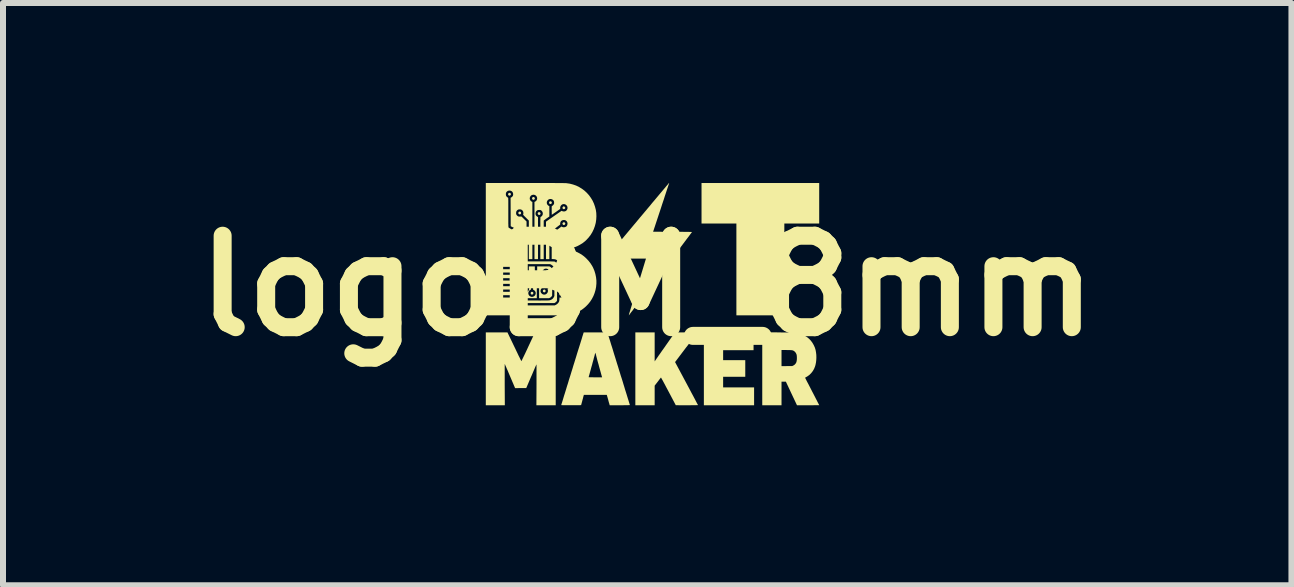
<source format=kicad_pcb>
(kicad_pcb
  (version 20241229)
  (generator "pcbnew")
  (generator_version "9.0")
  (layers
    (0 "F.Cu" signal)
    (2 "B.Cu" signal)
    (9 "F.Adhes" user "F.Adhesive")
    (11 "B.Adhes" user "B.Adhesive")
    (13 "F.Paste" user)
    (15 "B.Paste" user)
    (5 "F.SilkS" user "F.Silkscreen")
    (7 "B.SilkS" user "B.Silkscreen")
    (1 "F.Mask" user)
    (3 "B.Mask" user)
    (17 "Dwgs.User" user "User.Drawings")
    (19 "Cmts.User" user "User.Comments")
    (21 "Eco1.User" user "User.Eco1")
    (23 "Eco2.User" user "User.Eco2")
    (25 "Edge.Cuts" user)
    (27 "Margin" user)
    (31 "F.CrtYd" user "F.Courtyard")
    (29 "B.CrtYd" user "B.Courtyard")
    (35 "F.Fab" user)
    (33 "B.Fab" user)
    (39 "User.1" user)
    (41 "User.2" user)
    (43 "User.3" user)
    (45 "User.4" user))
  (footprint "logoBM_8mm"
    (layer "F.Cu")
    (at 7.736 1.713)
    (property "Reference" "logoBM_8mm" (at 0 0 0) (layer "F.SilkS") (effects (font (size 1.524 1.524) (thickness 0.3))))
    (attr board_only exclude_from_pos_files exclude_from_bom)
    (fp_poly (pts (xy 2.866 -1.038) (xy 2.285 -1.038) (xy 2.285 0.492) (xy 1.486 0.492) (xy 1.486 -1.038) (xy 0.905 -1.038) (xy 0.905 -1.713) (xy 2.866 -1.713)) (stroke (width 0) (type solid)) (fill yes) (layer "F.SilkS"))
    (fp_poly (pts (xy 1.772 1.073) (xy 1.265 1.073) (xy 1.265 1.239) (xy 1.634 1.239) (xy 1.634 1.516) (xy 1.265 1.516) (xy 1.265 1.693) (xy 1.781 1.693) (xy 1.781 1.991) (xy 0.944 1.991) (xy 0.944 0.776) (xy 1.772 0.776)) (stroke (width 0) (type solid)) (fill yes) (layer "F.SilkS"))
    (fp_poly (pts (xy -1.724 -0.119) (xy -1.716 -0.112) (xy -1.712 -0.103) (xy -1.712 -0.093) (xy -1.717 -0.083) (xy -1.726 -0.077) (xy -1.736 -0.075) (xy -1.746 -0.078) (xy -1.753 -0.084) (xy -1.757 -0.091) (xy -1.759 -0.101) (xy -1.755 -0.111) (xy -1.747 -0.119) (xy -1.743 -0.121) (xy -1.733 -0.122)) (stroke (width 0) (type solid)) (fill yes) (layer "F.SilkS"))
    (fp_poly (pts (xy -1.703 0.065) (xy -1.699 0.07) (xy -1.694 0.08) (xy -1.694 0.09) (xy -1.697 0.099) (xy -1.703 0.105) (xy -1.712 0.109) (xy -1.722 0.108) (xy -1.727 0.106) (xy -1.736 0.098) (xy -1.74 0.088) (xy -1.738 0.078) (xy -1.733 0.069) (xy -1.723 0.063) (xy -1.713 0.062)) (stroke (width 0) (type solid)) (fill yes) (layer "F.SilkS"))
    (fp_poly (pts (xy -1.676 -0.245) (xy -1.67 -0.24) (xy -1.664 -0.231) (xy -1.664 -0.221) (xy -1.668 -0.211) (xy -1.677 -0.204) (xy -1.686 -0.201) (xy -1.694 -0.202) (xy -1.697 -0.204) (xy -1.706 -0.212) (xy -1.71 -0.222) (xy -1.709 -0.232) (xy -1.704 -0.24) (xy -1.696 -0.246) (xy -1.686 -0.248)) (stroke (width 0) (type solid)) (fill yes) (layer "F.SilkS"))
    (fp_poly (pts (xy -2.281 -1.545) (xy -2.275 -1.538) (xy -2.272 -1.528) (xy -2.273 -1.519) (xy -2.278 -1.511) (xy -2.286 -1.505) (xy -2.295 -1.502) (xy -2.305 -1.505) (xy -2.306 -1.505) (xy -2.315 -1.513) (xy -2.319 -1.523) (xy -2.317 -1.534) (xy -2.317 -1.535) (xy -2.31 -1.544) (xy -2.301 -1.549) (xy -2.291 -1.549)) (stroke (width 0) (type solid)) (fill yes) (layer "F.SilkS"))
    (fp_poly (pts (xy -2.111 -1.233) (xy -2.105 -1.226) (xy -2.102 -1.215) (xy -2.101 -1.213) (xy -2.104 -1.202) (xy -2.111 -1.195) (xy -2.12 -1.19) (xy -2.13 -1.191) (xy -2.135 -1.193) (xy -2.144 -1.2) (xy -2.148 -1.21) (xy -2.147 -1.221) (xy -2.146 -1.223) (xy -2.139 -1.232) (xy -2.129 -1.237) (xy -2.12 -1.237)) (stroke (width 0) (type solid)) (fill yes) (layer "F.SilkS"))
    (fp_poly (pts (xy -1.906 0.104) (xy -1.903 0.107) (xy -1.897 0.117) (xy -1.897 0.127) (xy -1.903 0.137) (xy -1.905 0.139) (xy -1.914 0.146) (xy -1.922 0.147) (xy -1.93 0.144) (xy -1.939 0.136) (xy -1.943 0.126) (xy -1.942 0.116) (xy -1.937 0.107) (xy -1.936 0.106) (xy -1.926 0.1) (xy -1.916 0.1)) (stroke (width 0) (type solid)) (fill yes) (layer "F.SilkS"))
    (fp_poly (pts (xy -1.886 -1.478) (xy -1.878 -1.471) (xy -1.873 -1.461) (xy -1.873 -1.457) (xy -1.875 -1.447) (xy -1.882 -1.438) (xy -1.892 -1.434) (xy -1.896 -1.433) (xy -1.907 -1.436) (xy -1.913 -1.44) (xy -1.918 -1.45) (xy -1.919 -1.46) (xy -1.916 -1.469) (xy -1.909 -1.476) (xy -1.899 -1.48) (xy -1.896 -1.48)) (stroke (width 0) (type solid)) (fill yes) (layer "F.SilkS"))
    (fp_poly (pts (xy -1.382 -1.322) (xy -1.374 -1.315) (xy -1.368 -1.307) (xy -1.365 -1.299) (xy -1.368 -1.29) (xy -1.375 -1.282) (xy -1.384 -1.278) (xy -1.394 -1.277) (xy -1.403 -1.281) (xy -1.406 -1.284) (xy -1.411 -1.293) (xy -1.412 -1.303) (xy -1.409 -1.312) (xy -1.402 -1.32) (xy -1.393 -1.324) (xy -1.39 -1.324)) (stroke (width 0) (type solid)) (fill yes) (layer "F.SilkS"))
    (fp_poly (pts (xy -1.375 -1.055) (xy -1.372 -1.052) (xy -1.366 -1.042) (xy -1.366 -1.032) (xy -1.372 -1.022) (xy -1.374 -1.02) (xy -1.383 -1.013) (xy -1.391 -1.012) (xy -1.399 -1.015) (xy -1.408 -1.023) (xy -1.412 -1.032) (xy -1.412 -1.043) (xy -1.406 -1.052) (xy -1.405 -1.053) (xy -1.395 -1.059) (xy -1.385 -1.059)) (stroke (width 0) (type solid)) (fill yes) (layer "F.SilkS"))
    (fp_poly (pts (xy -1.605 -1.408) (xy -1.597 -1.403) (xy -1.591 -1.395) (xy -1.59 -1.386) (xy -1.591 -1.377) (xy -1.595 -1.37) (xy -1.597 -1.369) (xy -1.608 -1.364) (xy -1.619 -1.363) (xy -1.624 -1.364) (xy -1.629 -1.369) (xy -1.633 -1.377) (xy -1.636 -1.385) (xy -1.635 -1.391) (xy -1.631 -1.401) (xy -1.623 -1.407) (xy -1.614 -1.409)) (stroke (width 0) (type solid)) (fill yes) (layer "F.SilkS"))
    (fp_poly (pts (xy -2.023 0.022) (xy -2.016 0.027) (xy -2.014 0.028) (xy -2.007 0.037) (xy -2.006 0.047) (xy -2.01 0.057) (xy -2.012 0.06) (xy -2.022 0.068) (xy -2.032 0.069) (xy -2.037 0.068) (xy -2.045 0.062) (xy -2.051 0.053) (xy -2.052 0.043) (xy -2.05 0.034) (xy -2.049 0.032) (xy -2.042 0.026) (xy -2.034 0.022) (xy -2.028 0.021)) (stroke (width 0) (type solid)) (fill yes) (layer "F.SilkS"))
    (fp_poly (pts (xy -1.907 -0.18) (xy -1.898 -0.173) (xy -1.894 -0.164) (xy -1.893 -0.154) (xy -1.897 -0.145) (xy -1.905 -0.137) (xy -1.905 -0.137) (xy -1.912 -0.134) (xy -1.917 -0.133) (xy -1.924 -0.135) (xy -1.925 -0.136) (xy -1.931 -0.14) (xy -1.936 -0.145) (xy -1.94 -0.155) (xy -1.939 -0.165) (xy -1.934 -0.173) (xy -1.926 -0.179) (xy -1.917 -0.181)) (stroke (width 0) (type solid)) (fill yes) (layer "F.SilkS"))
    (fp_poly (pts (xy -1.792 -1.226) (xy -1.783 -1.22) (xy -1.779 -1.211) (xy -1.778 -1.201) (xy -1.782 -1.191) (xy -1.79 -1.184) (xy -1.79 -1.184) (xy -1.797 -1.181) (xy -1.802 -1.18) (xy -1.809 -1.182) (xy -1.81 -1.183) (xy -1.816 -1.187) (xy -1.821 -1.192) (xy -1.825 -1.202) (xy -1.824 -1.212) (xy -1.819 -1.22) (xy -1.811 -1.226) (xy -1.802 -1.228)) (stroke (width 0) (type solid)) (fill yes) (layer "F.SilkS"))
    (fp_poly (pts (xy -1.525 1.991) (xy -1.847 1.991) (xy -1.845 1.646) (xy -1.845 1.593) (xy -1.845 1.545) (xy -1.845 1.502) (xy -1.845 1.465) (xy -1.845 1.432) (xy -1.845 1.404) (xy -1.845 1.38) (xy -1.845 1.36) (xy -1.845 1.344) (xy -1.845 1.332) (xy -1.846 1.322) (xy -1.846 1.316) (xy -1.847 1.312) (xy -1.847 1.31) (xy -1.848 1.311) (xy -1.849 1.315) (xy -1.853 1.324) (xy -1.859 1.338) (xy -1.867 1.355) (xy -1.876 1.377) (xy -1.886 1.401) (xy -1.898 1.428) (xy -1.91 1.457) (xy -1.923 1.488) (xy -1.934 1.512) (xy -2.016 1.704) (xy -2.202 1.705) (xy -2.287 1.505) (xy -2.301 1.472) (xy -2.314 1.441) (xy -2.326 1.412) (xy -2.338 1.386) (xy -2.348 1.362) (xy -2.357 1.342) (xy -2.364 1.326) (xy -2.369 1.313) (xy -2.373 1.305) (xy -2.374 1.303) (xy -2.374 1.305) (xy -2.375 1.313) (xy -2.375 1.326) (xy -2.375 1.345) (xy -2.375 1.367) (xy -2.375 1.394) (xy -2.375 1.424) (xy -2.375 1.458) (xy -2.375 1.495) (xy -2.375 1.534) (xy -2.375 1.576) (xy -2.375 1.619) (xy -2.375 1.645) (xy -2.373 1.991) (xy -2.69 1.991) (xy -2.69 0.776) (xy -2.509 0.776) (xy -2.329 0.777) (xy -2.214 1.016) (xy -2.197 1.051) (xy -2.181 1.085) (xy -2.166 1.116) (xy -2.152 1.146) (xy -2.139 1.173) (xy -2.127 1.196) (xy -2.117 1.217) (xy -2.109 1.233) (xy -2.103 1.245) (xy -2.099 1.253) (xy -2.097 1.256) (xy -2.096 1.253) (xy -2.092 1.246) (xy -2.086 1.234) (xy -2.078 1.217) (xy -2.068 1.197) (xy -2.057 1.174) (xy -2.044 1.147) (xy -2.03 1.118) (xy -2.015 1.086) (xy -1.999 1.052) (xy -1.983 1.017) (xy -1.983 1.017) (xy -1.871 0.777) (xy -1.698 0.776) (xy -1.525 0.776)) (stroke (width 0) (type solid)) (fill yes) (layer "F.SilkS"))
    (fp_poly (pts (xy 0.124 1.26) (xy 0.152 1.219) (xy 0.158 1.21) (xy 0.167 1.197) (xy 0.179 1.18) (xy 0.193 1.159) (xy 0.21 1.136) (xy 0.228 1.11) (xy 0.248 1.081) (xy 0.269 1.052) (xy 0.291 1.021) (xy 0.313 0.989) (xy 0.321 0.978) (xy 0.462 0.777) (xy 0.65 0.776) (xy 0.682 0.776) (xy 0.713 0.776) (xy 0.742 0.776) (xy 0.768 0.776) (xy 0.79 0.776) (xy 0.809 0.777) (xy 0.823 0.777) (xy 0.833 0.777) (xy 0.837 0.778) (xy 0.837 0.778) (xy 0.836 0.78) (xy 0.831 0.787) (xy 0.822 0.798) (xy 0.811 0.813) (xy 0.798 0.831) (xy 0.781 0.853) (xy 0.763 0.877) (xy 0.743 0.904) (xy 0.721 0.933) (xy 0.697 0.964) (xy 0.673 0.996) (xy 0.65 1.025) (xy 0.464 1.271) (xy 0.655 1.628) (xy 0.678 1.671) (xy 0.7 1.712) (xy 0.721 1.752) (xy 0.741 1.79) (xy 0.76 1.825) (xy 0.777 1.857) (xy 0.793 1.887) (xy 0.807 1.914) (xy 0.819 1.937) (xy 0.829 1.956) (xy 0.837 1.971) (xy 0.843 1.981) (xy 0.846 1.987) (xy 0.846 1.988) (xy 0.843 1.989) (xy 0.835 1.989) (xy 0.822 1.989) (xy 0.804 1.99) (xy 0.783 1.99) (xy 0.758 1.99) (xy 0.73 1.99) (xy 0.7 1.991) (xy 0.668 1.991) (xy 0.661 1.991) (xy 0.476 1.99) (xy 0.354 1.759) (xy 0.336 1.725) (xy 0.318 1.692) (xy 0.302 1.661) (xy 0.287 1.633) (xy 0.273 1.607) (xy 0.261 1.584) (xy 0.25 1.565) (xy 0.241 1.549) (xy 0.235 1.538) (xy 0.231 1.531) (xy 0.229 1.528) (xy 0.227 1.531) (xy 0.222 1.537) (xy 0.214 1.547) (xy 0.204 1.56) (xy 0.192 1.576) (xy 0.179 1.593) (xy 0.176 1.597) (xy 0.124 1.664) (xy 0.124 1.991) (xy -0.198 1.991) (xy -0.198 0.776) (xy 0.124 0.776)) (stroke (width 0) (type solid)) (fill yes) (layer "F.SilkS"))
    (fp_poly (pts (xy 0.366 -1.713) (xy 0.365 -1.71) (xy 0.362 -1.702) (xy 0.358 -1.689) (xy 0.352 -1.671) (xy 0.345 -1.649) (xy 0.336 -1.623) (xy 0.326 -1.593) (xy 0.315 -1.559) (xy 0.303 -1.523) (xy 0.29 -1.484) (xy 0.277 -1.442) (xy 0.262 -1.398) (xy 0.247 -1.353) (xy 0.232 -1.306) (xy 0.098 -0.901) (xy 0.422 -0.9) (xy 0.481 -0.9) (xy 0.533 -0.9) (xy 0.58 -0.9) (xy 0.62 -0.899) (xy 0.655 -0.899) (xy 0.685 -0.899) (xy 0.708 -0.898) (xy 0.726 -0.898) (xy 0.738 -0.897) (xy 0.745 -0.897) (xy 0.746 -0.896) (xy 0.744 -0.894) (xy 0.739 -0.887) (xy 0.731 -0.876) (xy 0.719 -0.86) (xy 0.705 -0.841) (xy 0.688 -0.818) (xy 0.668 -0.792) (xy 0.646 -0.763) (xy 0.622 -0.731) (xy 0.596 -0.696) (xy 0.568 -0.659) (xy 0.538 -0.62) (xy 0.507 -0.578) (xy 0.474 -0.535) (xy 0.44 -0.49) (xy 0.405 -0.444) (xy 0.369 -0.397) (xy 0.333 -0.349) (xy 0.296 -0.3) (xy 0.258 -0.251) (xy 0.221 -0.201) (xy 0.183 -0.152) (xy 0.146 -0.103) (xy 0.109 -0.054) (xy 0.073 -0.006) (xy 0.037 0.042) (xy 0.002 0.088) (xy -0.032 0.132) (xy -0.065 0.176) (xy -0.096 0.217) (xy -0.126 0.256) (xy -0.155 0.293) (xy -0.181 0.328) (xy -0.205 0.36) (xy -0.228 0.389) (xy -0.247 0.415) (xy -0.265 0.437) (xy -0.279 0.456) (xy -0.291 0.472) (xy -0.299 0.483) (xy -0.305 0.49) (xy -0.307 0.492) (xy -0.307 0.49) (xy -0.305 0.483) (xy -0.303 0.472) (xy -0.299 0.46) (xy -0.299 0.459) (xy -0.297 0.453) (xy -0.294 0.441) (xy -0.288 0.424) (xy -0.282 0.403) (xy -0.274 0.377) (xy -0.265 0.347) (xy -0.255 0.314) (xy -0.244 0.277) (xy -0.231 0.237) (xy -0.219 0.195) (xy -0.205 0.15) (xy -0.191 0.104) (xy -0.176 0.055) (xy -0.161 0.006) (xy -0.155 -0.013) (xy -0.021 -0.453) (xy -0.356 -0.454) (xy -0.69 -0.456) (xy -0.165 -1.084) (xy -0.121 -1.137) (xy -0.077 -1.189) (xy -0.035 -1.239) (xy 0.006 -1.288) (xy 0.046 -1.335) (xy 0.083 -1.381) (xy 0.12 -1.424) (xy 0.154 -1.465) (xy 0.186 -1.503) (xy 0.216 -1.539) (xy 0.244 -1.572) (xy 0.269 -1.602) (xy 0.292 -1.629) (xy 0.311 -1.652) (xy 0.328 -1.672) (xy 0.342 -1.688) (xy 0.352 -1.701) (xy 0.359 -1.709) (xy 0.363 -1.713) (xy 0.363 -1.713) (xy 0.366 -1.713)) (stroke (width 0) (type solid)) (fill yes) (layer "F.SilkS"))
    (fp_poly (pts (xy 2.184 0.776) (xy 2.23 0.777) (xy 2.271 0.777) (xy 2.306 0.777) (xy 2.337 0.777) (xy 2.363 0.777) (xy 2.386 0.778) (xy 2.405 0.778) (xy 2.421 0.778) (xy 2.434 0.779) (xy 2.445 0.779) (xy 2.454 0.78) (xy 2.462 0.78) (xy 2.468 0.781) (xy 2.474 0.782) (xy 2.48 0.783) (xy 2.485 0.784) (xy 2.535 0.796) (xy 2.582 0.812) (xy 2.624 0.831) (xy 2.658 0.852) (xy 2.694 0.88) (xy 2.725 0.912) (xy 2.752 0.948) (xy 2.775 0.988) (xy 2.794 1.03) (xy 2.806 1.07) (xy 2.813 1.11) (xy 2.818 1.152) (xy 2.819 1.195) (xy 2.817 1.238) (xy 2.812 1.28) (xy 2.804 1.319) (xy 2.797 1.343) (xy 2.781 1.383) (xy 2.76 1.42) (xy 2.734 1.453) (xy 2.705 1.483) (xy 2.671 1.508) (xy 2.652 1.519) (xy 2.642 1.525) (xy 2.635 1.529) (xy 2.631 1.531) (xy 2.631 1.532) (xy 2.632 1.534) (xy 2.636 1.542) (xy 2.642 1.554) (xy 2.65 1.57) (xy 2.66 1.59) (xy 2.672 1.613) (xy 2.686 1.639) (xy 2.701 1.668) (xy 2.717 1.699) (xy 2.734 1.732) (xy 2.748 1.76) (xy 2.766 1.794) (xy 2.783 1.827) (xy 2.799 1.858) (xy 2.813 1.886) (xy 2.827 1.912) (xy 2.838 1.935) (xy 2.848 1.954) (xy 2.856 1.969) (xy 2.862 1.981) (xy 2.866 1.988) (xy 2.866 1.99) (xy 2.864 1.99) (xy 2.855 1.99) (xy 2.842 1.99) (xy 2.825 1.99) (xy 2.803 1.99) (xy 2.778 1.99) (xy 2.75 1.991) (xy 2.72 1.991) (xy 2.688 1.991) (xy 2.681 1.991) (xy 2.496 1.991) (xy 2.403 1.794) (xy 2.311 1.598) (xy 2.238 1.598) (xy 2.238 1.991) (xy 1.917 1.991) (xy 1.917 1.339) (xy 2.238 1.339) (xy 2.328 1.338) (xy 2.417 1.337) (xy 2.438 1.327) (xy 2.456 1.315) (xy 2.471 1.299) (xy 2.483 1.279) (xy 2.487 1.268) (xy 2.49 1.254) (xy 2.493 1.235) (xy 2.494 1.215) (xy 2.494 1.193) (xy 2.493 1.173) (xy 2.491 1.155) (xy 2.488 1.143) (xy 2.478 1.121) (xy 2.464 1.102) (xy 2.449 1.089) (xy 2.442 1.084) (xy 2.434 1.08) (xy 2.426 1.077) (xy 2.417 1.074) (xy 2.406 1.073) (xy 2.392 1.072) (xy 2.375 1.071) (xy 2.354 1.071) (xy 2.327 1.071) (xy 2.322 1.07) (xy 2.238 1.07) (xy 2.238 1.339) (xy 1.917 1.339) (xy 1.917 0.775)) (stroke (width 0) (type solid)) (fill yes) (layer "F.SilkS"))
    (fp_poly (pts (xy -0.652 0.813) (xy -0.647 0.831) (xy -0.64 0.853) (xy -0.632 0.879) (xy -0.622 0.909) (xy -0.612 0.942) (xy -0.601 0.979) (xy -0.588 1.018) (xy -0.575 1.06) (xy -0.562 1.104) (xy -0.548 1.15) (xy -0.533 1.197) (xy -0.518 1.246) (xy -0.503 1.295) (xy -0.487 1.345) (xy -0.472 1.395) (xy -0.456 1.446) (xy -0.441 1.496) (xy -0.425 1.545) (xy -0.41 1.593) (xy -0.396 1.64) (xy -0.382 1.685) (xy -0.369 1.729) (xy -0.356 1.77) (xy -0.344 1.808) (xy -0.333 1.844) (xy -0.323 1.877) (xy -0.314 1.905) (xy -0.306 1.931) (xy -0.3 1.951) (xy -0.295 1.968) (xy -0.291 1.98) (xy -0.289 1.986) (xy -0.289 1.988) (xy -0.292 1.988) (xy -0.3 1.989) (xy -0.313 1.989) (xy -0.332 1.99) (xy -0.356 1.99) (xy -0.386 1.99) (xy -0.422 1.991) (xy -0.457 1.991) (xy -0.625 1.991) (xy -0.629 1.977) (xy -0.631 1.97) (xy -0.634 1.958) (xy -0.639 1.943) (xy -0.644 1.925) (xy -0.649 1.905) (xy -0.653 1.89) (xy -0.674 1.817) (xy -1.056 1.817) (xy -1.059 1.829) (xy -1.061 1.835) (xy -1.064 1.846) (xy -1.068 1.861) (xy -1.072 1.879) (xy -1.078 1.899) (xy -1.082 1.915) (xy -1.102 1.989) (xy -1.267 1.99) (xy -1.305 1.99) (xy -1.337 1.99) (xy -1.364 1.99) (xy -1.386 1.99) (xy -1.403 1.99) (xy -1.416 1.989) (xy -1.425 1.989) (xy -1.431 1.988) (xy -1.433 1.987) (xy -1.433 1.987) (xy -1.432 1.984) (xy -1.43 1.976) (xy -1.426 1.963) (xy -1.42 1.945) (xy -1.413 1.922) (xy -1.405 1.896) (xy -1.396 1.866) (xy -1.386 1.832) (xy -1.374 1.795) (xy -1.362 1.756) (xy -1.349 1.714) (xy -1.336 1.67) (xy -1.321 1.624) (xy -1.307 1.576) (xy -1.292 1.528) (xy -1.29 1.523) (xy -0.976 1.523) (xy -0.973 1.523) (xy -0.965 1.524) (xy -0.952 1.524) (xy -0.936 1.524) (xy -0.916 1.524) (xy -0.893 1.525) (xy -0.868 1.525) (xy -0.864 1.525) (xy -0.752 1.525) (xy -0.758 1.505) (xy -0.773 1.45) (xy -0.787 1.4) (xy -0.8 1.354) (xy -0.811 1.311) (xy -0.822 1.274) (xy -0.831 1.241) (xy -0.838 1.213) (xy -0.844 1.19) (xy -0.848 1.175) (xy -0.852 1.158) (xy -0.856 1.142) (xy -0.86 1.13) (xy -0.863 1.121) (xy -0.864 1.117) (xy -0.864 1.117) (xy -0.866 1.118) (xy -0.868 1.125) (xy -0.871 1.135) (xy -0.874 1.146) (xy -0.877 1.16) (xy -0.881 1.175) (xy -0.886 1.191) (xy -0.891 1.21) (xy -0.896 1.231) (xy -0.903 1.255) (xy -0.911 1.284) (xy -0.919 1.316) (xy -0.93 1.353) (xy -0.941 1.394) (xy -0.948 1.42) (xy -0.955 1.445) (xy -0.961 1.467) (xy -0.966 1.486) (xy -0.971 1.502) (xy -0.974 1.514) (xy -0.976 1.521) (xy -0.976 1.523) (xy -1.29 1.523) (xy -1.276 1.478) (xy -1.261 1.428) (xy -1.245 1.378) (xy -1.23 1.327) (xy -1.214 1.277) (xy -1.199 1.228) (xy -1.184 1.18) (xy -1.17 1.133) (xy -1.156 1.088) (xy -1.142 1.044) (xy -1.129 1.003) (xy -1.117 0.965) (xy -1.106 0.929) (xy -1.096 0.897) (xy -1.087 0.868) (xy -1.08 0.843) (xy -1.073 0.822) (xy -1.068 0.806) (xy -1.066 0.798) (xy -1.058 0.776) (xy -0.664 0.776)) (stroke (width 0) (type solid)) (fill yes) (layer "F.SilkS"))
    (fp_poly (pts (xy -1.799 -0.407) (xy -1.756 -0.407) (xy -1.718 -0.407) (xy -1.685 -0.407) (xy -1.657 -0.407) (xy -1.632 -0.407) (xy -1.611 -0.407) (xy -1.594 -0.406) (xy -1.58 -0.406) (xy -1.569 -0.406) (xy -1.56 -0.405) (xy -1.553 -0.405) (xy -1.548 -0.404) (xy -1.544 -0.404) (xy -1.541 -0.403) (xy -1.539 -0.402) (xy -1.537 -0.401) (xy -1.524 -0.392) (xy -1.513 -0.38) (xy -1.505 -0.367) (xy -1.504 -0.364) (xy -1.503 -0.359) (xy -1.503 -0.351) (xy -1.502 -0.337) (xy -1.502 -0.319) (xy -1.502 -0.297) (xy -1.502 -0.269) (xy -1.502 -0.236) (xy -1.501 -0.198) (xy -1.501 -0.154) (xy -1.502 -0.105) (xy -1.502 -0.053) (xy -1.503 0.247) (xy -1.511 0.259) (xy -1.518 0.268) (xy -1.528 0.276) (xy -1.533 0.279) (xy -1.547 0.288) (xy -1.845 0.288) (xy -1.894 0.288) (xy -1.939 0.288) (xy -1.978 0.288) (xy -2.012 0.288) (xy -2.041 0.288) (xy -2.066 0.288) (xy -2.087 0.288) (xy -2.105 0.288) (xy -2.119 0.287) (xy -2.131 0.287) (xy -2.14 0.287) (xy -2.146 0.286) (xy -2.151 0.285) (xy -2.154 0.285) (xy -2.154 0.285) (xy -2.168 0.277) (xy -2.18 0.266) (xy -2.19 0.252) (xy -2.191 0.249) (xy -2.192 0.247) (xy -2.193 0.244) (xy -2.194 0.241) (xy -2.194 0.237) (xy -2.195 0.231) (xy -2.195 0.223) (xy -2.196 0.213) (xy -2.196 0.2) (xy -2.196 0.185) (xy -2.197 0.167) (xy -2.151 0.167) (xy -2.143 0.184) (xy -2.13 0.205) (xy -2.113 0.222) (xy -2.093 0.235) (xy -2.074 0.242) (xy -2.069 0.242) (xy -2.059 0.242) (xy -2.044 0.243) (xy -2.025 0.243) (xy -2.001 0.244) (xy -1.975 0.244) (xy -1.945 0.244) (xy -1.913 0.244) (xy -1.879 0.244) (xy -1.85 0.244) (xy -1.809 0.245) (xy -1.773 0.245) (xy -1.742 0.244) (xy -1.716 0.244) (xy -1.694 0.244) (xy -1.676 0.244) (xy -1.661 0.244) (xy -1.649 0.243) (xy -1.639 0.243) (xy -1.632 0.242) (xy -1.626 0.241) (xy -1.622 0.241) (xy -1.62 0.24) (xy -1.598 0.231) (xy -1.578 0.218) (xy -1.563 0.2) (xy -1.555 0.186) (xy -1.547 0.17) (xy -1.547 -0.29) (xy -1.554 -0.304) (xy -1.566 -0.324) (xy -1.582 -0.34) (xy -1.6 -0.352) (xy -1.601 -0.353) (xy -1.618 -0.361) (xy -2.081 -0.361) (xy -2.099 -0.351) (xy -2.119 -0.337) (xy -2.135 -0.32) (xy -2.145 -0.302) (xy -2.151 -0.288) (xy -2.151 0.167) (xy -2.197 0.167) (xy -2.197 0.166) (xy -2.197 0.144) (xy -2.197 0.117) (xy -2.197 0.087) (xy -2.197 0.052) (xy -2.197 0.011) (xy -2.197 -0.034) (xy -2.197 -0.057) (xy -2.197 -0.11) (xy -2.197 -0.158) (xy -2.197 -0.2) (xy -2.197 -0.236) (xy -2.196 -0.268) (xy -2.196 -0.295) (xy -2.196 -0.317) (xy -2.195 -0.334) (xy -2.195 -0.347) (xy -2.194 -0.357) (xy -2.194 -0.362) (xy -2.194 -0.363) (xy -2.186 -0.378) (xy -2.174 -0.392) (xy -2.161 -0.401) (xy -2.159 -0.402) (xy -2.156 -0.403) (xy -2.154 -0.403) (xy -2.15 -0.404) (xy -2.145 -0.405) (xy -2.139 -0.405) (xy -2.131 -0.406) (xy -2.12 -0.406) (xy -2.107 -0.406) (xy -2.091 -0.406) (xy -2.072 -0.407) (xy -2.049 -0.407) (xy -2.022 -0.407) (xy -1.99 -0.407) (xy -1.954 -0.407) (xy -1.913 -0.407) (xy -1.866 -0.407) (xy -1.848 -0.407)) (stroke (width 0) (type solid)) (fill yes) (layer "F.SilkS"))
    (fp_poly (pts (xy -2.011 -0.223) (xy -1.992 -0.203) (xy -1.972 -0.184) (xy -1.976 -0.171) (xy -1.978 -0.154) (xy -1.974 -0.137) (xy -1.966 -0.122) (xy -1.954 -0.109) (xy -1.945 -0.103) (xy -1.936 -0.1) (xy -1.927 -0.098) (xy -1.915 -0.098) (xy -1.911 -0.098) (xy -1.899 -0.099) (xy -1.891 -0.101) (xy -1.884 -0.105) (xy -1.879 -0.108) (xy -1.866 -0.122) (xy -1.858 -0.137) (xy -1.855 -0.155) (xy -1.855 -0.158) (xy -1.857 -0.176) (xy -1.865 -0.192) (xy -1.877 -0.206) (xy -1.879 -0.208) (xy -1.887 -0.213) (xy -1.894 -0.216) (xy -1.904 -0.217) (xy -1.911 -0.218) (xy -1.924 -0.218) (xy -1.934 -0.217) (xy -1.937 -0.215) (xy -1.941 -0.214) (xy -1.945 -0.215) (xy -1.95 -0.218) (xy -1.958 -0.225) (xy -1.958 -0.226) (xy -1.973 -0.24) (xy -1.973 -0.324) (xy -1.873 -0.324) (xy -1.873 -0.206) (xy -1.746 -0.206) (xy -1.74 -0.195) (xy -1.73 -0.181) (xy -1.716 -0.17) (xy -1.699 -0.164) (xy -1.682 -0.163) (xy -1.673 -0.165) (xy -1.655 -0.172) (xy -1.641 -0.184) (xy -1.631 -0.199) (xy -1.626 -0.218) (xy -1.626 -0.219) (xy -1.625 -0.23) (xy -1.627 -0.239) (xy -1.631 -0.249) (xy -1.632 -0.252) (xy -1.643 -0.267) (xy -1.657 -0.279) (xy -1.674 -0.285) (xy -1.693 -0.286) (xy -1.703 -0.285) (xy -1.713 -0.281) (xy -1.724 -0.273) (xy -1.734 -0.264) (xy -1.741 -0.254) (xy -1.742 -0.253) (xy -1.746 -0.245) (xy -1.834 -0.245) (xy -1.834 -0.324) (xy -1.732 -0.324) (xy -1.705 -0.324) (xy -1.683 -0.324) (xy -1.665 -0.324) (xy -1.652 -0.324) (xy -1.641 -0.323) (xy -1.634 -0.323) (xy -1.628 -0.322) (xy -1.624 -0.321) (xy -1.621 -0.319) (xy -1.62 -0.319) (xy -1.604 -0.308) (xy -1.592 -0.293) (xy -1.588 -0.287) (xy -1.587 -0.284) (xy -1.586 -0.28) (xy -1.586 -0.275) (xy -1.585 -0.267) (xy -1.584 -0.257) (xy -1.584 -0.243) (xy -1.584 -0.226) (xy -1.584 -0.205) (xy -1.584 -0.179) (xy -1.584 -0.148) (xy -1.584 -0.14) (xy -1.584 -0.003) (xy -1.659 -0.003) (xy -1.675 0.013) (xy -1.683 0.021) (xy -1.689 0.026) (xy -1.693 0.027) (xy -1.697 0.026) (xy -1.697 0.026) (xy -1.703 0.025) (xy -1.712 0.024) (xy -1.721 0.024) (xy -1.739 0.028) (xy -1.754 0.036) (xy -1.766 0.049) (xy -1.771 0.057) (xy -1.777 0.075) (xy -1.778 0.093) (xy -1.773 0.11) (xy -1.762 0.126) (xy -1.759 0.128) (xy -1.744 0.14) (xy -1.727 0.146) (xy -1.709 0.147) (xy -1.692 0.142) (xy -1.677 0.132) (xy -1.676 0.132) (xy -1.664 0.118) (xy -1.657 0.101) (xy -1.654 0.083) (xy -1.658 0.065) (xy -1.658 0.065) (xy -1.659 0.059) (xy -1.659 0.054) (xy -1.654 0.049) (xy -1.651 0.045) (xy -1.641 0.035) (xy -1.583 0.035) (xy -1.584 0.1) (xy -1.585 0.165) (xy -1.594 0.177) (xy -1.606 0.19) (xy -1.619 0.198) (xy -1.635 0.206) (xy -1.802 0.206) (xy -1.802 -0.002) (xy -1.764 -0.039) (xy -1.738 -0.04) (xy -1.724 -0.04) (xy -1.715 -0.041) (xy -1.708 -0.043) (xy -1.703 -0.046) (xy -1.701 -0.047) (xy -1.688 -0.059) (xy -1.679 -0.075) (xy -1.674 -0.091) (xy -1.675 -0.109) (xy -1.68 -0.126) (xy -1.689 -0.139) (xy -1.697 -0.147) (xy -1.706 -0.153) (xy -1.71 -0.155) (xy -1.721 -0.158) (xy -1.735 -0.159) (xy -1.749 -0.158) (xy -1.761 -0.155) (xy -1.761 -0.155) (xy -1.772 -0.149) (xy -1.782 -0.139) (xy -1.79 -0.128) (xy -1.793 -0.123) (xy -1.795 -0.113) (xy -1.796 -0.101) (xy -1.795 -0.088) (xy -1.793 -0.078) (xy -1.793 -0.075) (xy -1.791 -0.072) (xy -1.792 -0.069) (xy -1.794 -0.065) (xy -1.799 -0.059) (xy -1.807 -0.05) (xy -1.815 -0.042) (xy -1.84 -0.016) (xy -1.84 0.095) (xy -1.84 0.206) (xy -2.064 0.206) (xy -2.079 0.198) (xy -2.093 0.19) (xy -2.102 0.178) (xy -2.104 0.176) (xy -2.107 0.17) (xy -2.11 0.165) (xy -2.111 0.16) (xy -2.112 0.153) (xy -2.113 0.144) (xy -2.114 0.131) (xy -2.114 0.113) (xy -2.114 0.112) (xy -2.115 0.062) (xy -2.102 0.062) (xy -2.093 0.062) (xy -2.089 0.064) (xy -2.086 0.069) (xy -2.085 0.071) (xy -2.079 0.081) (xy -2.069 0.091) (xy -2.058 0.1) (xy -2.05 0.103) (xy -2.042 0.105) (xy -2.03 0.106) (xy -2.023 0.106) (xy -2.005 0.102) (xy -1.99 0.094) (xy -1.979 0.082) (xy -1.971 0.068) (xy -1.967 0.052) (xy -1.968 0.036) (xy -1.973 0.019) (xy -1.983 0.004) (xy -1.986 0.002) (xy -2.001 -0.009) (xy -2.017 -0.015) (xy -2.034 -0.016) (xy -2.05 -0.013) (xy -2.065 -0.005) (xy -2.078 0.008) (xy -2.081 0.014) (xy -2.086 0.022) (xy -2.09 0.025) (xy -2.097 0.026) (xy -2.101 0.027) (xy -2.114 0.027) (xy -2.114 -0.077) (xy -2.024 -0.077) (xy -1.981 -0.033) (xy -1.938 0.01) (xy -1.938 0.037) (xy -1.938 0.063) (xy -1.95 0.069) (xy -1.964 0.079) (xy -1.974 0.093) (xy -1.98 0.108) (xy -1.982 0.125) (xy -1.979 0.141) (xy -1.972 0.157) (xy -1.961 0.169) (xy -1.945 0.179) (xy -1.929 0.184) (xy -1.912 0.184) (xy -1.896 0.179) (xy -1.882 0.171) (xy -1.87 0.159) (xy -1.862 0.144) (xy -1.858 0.127) (xy -1.858 0.122) (xy -1.86 0.107) (xy -1.867 0.092) (xy -1.878 0.079) (xy -1.89 0.07) (xy -1.894 0.068) (xy -1.902 0.064) (xy -1.902 -0.007) (xy -2.01 -0.115) (xy -2.114 -0.115) (xy -2.114 -0.192) (xy -2.114 -0.214) (xy -2.114 -0.234) (xy -2.114 -0.251) (xy -2.113 -0.265) (xy -2.112 -0.276) (xy -2.112 -0.28) (xy -2.106 -0.293) (xy -2.096 -0.305) (xy -2.084 -0.315) (xy -2.079 -0.319) (xy -2.072 -0.322) (xy -2.063 -0.323) (xy -2.051 -0.324) (xy -2.039 -0.324) (xy -2.011 -0.324)) (stroke (width 0) (type solid)) (fill yes) (layer "F.SilkS"))
    (fp_poly (pts (xy -1.948 -1.713) (xy -1.867 -1.713) (xy -1.793 -1.713) (xy -1.724 -1.713) (xy -1.661 -1.713) (xy -1.604 -1.713) (xy -1.552 -1.713) (xy -1.507 -1.712) (xy -1.467 -1.712) (xy -1.432 -1.712) (xy -1.404 -1.712) (xy -1.381 -1.711) (xy -1.363 -1.711) (xy -1.352 -1.711) (xy -1.346 -1.71) (xy -1.29 -1.702) (xy -1.236 -1.688) (xy -1.184 -1.67) (xy -1.135 -1.646) (xy -1.089 -1.618) (xy -1.046 -1.586) (xy -1.006 -1.549) (xy -0.97 -1.509) (xy -0.939 -1.466) (xy -0.911 -1.42) (xy -0.888 -1.37) (xy -0.87 -1.318) (xy -0.856 -1.264) (xy -0.849 -1.215) (xy -0.847 -1.159) (xy -0.85 -1.104) (xy -0.858 -1.049) (xy -0.872 -0.996) (xy -0.891 -0.944) (xy -0.915 -0.894) (xy -0.943 -0.848) (xy -0.977 -0.804) (xy -1.015 -0.763) (xy -1.032 -0.747) (xy -1.073 -0.714) (xy -1.118 -0.686) (xy -1.165 -0.661) (xy -1.213 -0.641) (xy -1.262 -0.626) (xy -1.295 -0.619) (xy -1.315 -0.615) (xy -1.329 -0.613) (xy -1.337 -0.61) (xy -1.34 -0.609) (xy -1.337 -0.608) (xy -1.334 -0.608) (xy -1.317 -0.606) (xy -1.295 -0.602) (xy -1.271 -0.597) (xy -1.245 -0.589) (xy -1.219 -0.581) (xy -1.193 -0.572) (xy -1.17 -0.562) (xy -1.163 -0.559) (xy -1.127 -0.54) (xy -1.094 -0.521) (xy -1.063 -0.498) (xy -1.033 -0.473) (xy -1.016 -0.457) (xy -0.978 -0.417) (xy -0.946 -0.376) (xy -0.918 -0.332) (xy -0.902 -0.302) (xy -0.88 -0.25) (xy -0.864 -0.197) (xy -0.853 -0.143) (xy -0.847 -0.089) (xy -0.847 -0.036) (xy -0.852 0.018) (xy -0.862 0.07) (xy -0.877 0.121) (xy -0.897 0.171) (xy -0.922 0.219) (xy -0.951 0.264) (xy -0.985 0.306) (xy -1.023 0.345) (xy -1.066 0.381) (xy -1.092 0.4) (xy -1.141 0.428) (xy -1.192 0.452) (xy -1.245 0.471) (xy -1.3 0.484) (xy -1.339 0.489) (xy -1.346 0.49) (xy -1.359 0.49) (xy -1.377 0.491) (xy -1.4 0.491) (xy -1.43 0.491) (xy -1.465 0.491) (xy -1.506 0.492) (xy -1.552 0.492) (xy -1.605 0.492) (xy -1.663 0.492) (xy -1.727 0.492) (xy -1.797 0.492) (xy -1.873 0.492) (xy -1.954 0.492) (xy -2.029 0.492) (xy -2.69 0.492) (xy -2.69 0.195) (xy -2.401 0.195) (xy -2.236 0.195) (xy -2.235 0.222) (xy -2.232 0.247) (xy -2.225 0.267) (xy -2.215 0.285) (xy -2.208 0.294) (xy -2.194 0.306) (xy -2.177 0.316) (xy -2.16 0.323) (xy -2.155 0.324) (xy -2.15 0.325) (xy -2.14 0.325) (xy -2.125 0.325) (xy -2.105 0.325) (xy -2.081 0.326) (xy -2.053 0.326) (xy -2.022 0.326) (xy -1.987 0.326) (xy -1.95 0.326) (xy -1.911 0.326) (xy -1.87 0.326) (xy -1.842 0.326) (xy -1.541 0.326) (xy -1.522 0.317) (xy -1.504 0.306) (xy -1.488 0.291) (xy -1.475 0.274) (xy -1.471 0.266) (xy -1.467 0.255) (xy -1.465 0.242) (xy -1.463 0.225) (xy -1.463 0.223) (xy -1.462 0.195) (xy -1.298 0.195) (xy -1.298 0.156) (xy -1.463 0.156) (xy -1.463 0.1) (xy -1.298 0.1) (xy -1.298 0.062) (xy -1.463 0.062) (xy -1.463 0.006) (xy -1.298 0.006) (xy -1.298 -0.032) (xy -1.463 -0.032) (xy -1.463 -0.088) (xy -1.298 -0.088) (xy -1.298 -0.127) (xy -1.463 -0.127) (xy -1.463 -0.183) (xy -1.298 -0.183) (xy -1.298 -0.221) (xy -1.463 -0.221) (xy -1.463 -0.277) (xy -1.298 -0.277) (xy -1.298 -0.316) (xy -1.462 -0.316) (xy -1.463 -0.343) (xy -1.464 -0.358) (xy -1.466 -0.368) (xy -1.468 -0.378) (xy -1.473 -0.388) (xy -1.474 -0.39) (xy -1.487 -0.41) (xy -1.504 -0.426) (xy -1.521 -0.437) (xy -1.531 -0.44) (xy -1.542 -0.443) (xy -1.556 -0.444) (xy -1.564 -0.445) (xy -1.592 -0.446) (xy -1.592 -0.864) (xy -1.511 -0.926) (xy -1.429 -0.988) (xy -1.417 -0.981) (xy -1.402 -0.976) (xy -1.385 -0.975) (xy -1.368 -0.979) (xy -1.353 -0.985) (xy -1.344 -0.993) (xy -1.335 -1.006) (xy -1.33 -1.022) (xy -1.328 -1.038) (xy -1.328 -1.042) (xy -1.333 -1.061) (xy -1.342 -1.076) (xy -1.356 -1.088) (xy -1.372 -1.095) (xy -1.39 -1.097) (xy -1.409 -1.094) (xy -1.425 -1.087) (xy -1.438 -1.076) (xy -1.446 -1.061) (xy -1.45 -1.044) (xy -1.451 -1.035) (xy -1.45 -1.021) (xy -1.538 -0.954) (xy -1.558 -0.939) (xy -1.577 -0.924) (xy -1.593 -0.912) (xy -1.607 -0.901) (xy -1.618 -0.892) (xy -1.625 -0.886) (xy -1.628 -0.884) (xy -1.629 -0.884) (xy -1.629 -0.88) (xy -1.629 -0.871) (xy -1.63 -0.857) (xy -1.63 -0.839) (xy -1.63 -0.817) (xy -1.63 -0.791) (xy -1.631 -0.762) (xy -1.631 -0.731) (xy -1.631 -0.697) (xy -1.631 -0.663) (xy -1.631 -0.445) (xy -1.687 -0.445) (xy -1.687 -1.069) (xy -1.557 -1.16) (xy -1.427 -1.25) (xy -1.415 -1.244) (xy -1.401 -1.24) (xy -1.384 -1.239) (xy -1.369 -1.242) (xy -1.356 -1.247) (xy -1.342 -1.26) (xy -1.333 -1.275) (xy -1.328 -1.292) (xy -1.329 -1.31) (xy -1.334 -1.326) (xy -1.345 -1.342) (xy -1.346 -1.343) (xy -1.36 -1.354) (xy -1.377 -1.361) (xy -1.391 -1.362) (xy -1.408 -1.36) (xy -1.423 -1.352) (xy -1.436 -1.34) (xy -1.445 -1.326) (xy -1.45 -1.309) (xy -1.451 -1.297) (xy -1.45 -1.282) (xy -1.52 -1.232) (xy -1.591 -1.183) (xy -1.592 -1.254) (xy -1.592 -1.277) (xy -1.592 -1.294) (xy -1.592 -1.307) (xy -1.592 -1.316) (xy -1.591 -1.322) (xy -1.59 -1.326) (xy -1.589 -1.328) (xy -1.588 -1.329) (xy -1.578 -1.335) (xy -1.568 -1.345) (xy -1.56 -1.354) (xy -1.555 -1.363) (xy -1.554 -1.364) (xy -1.552 -1.373) (xy -1.552 -1.385) (xy -1.552 -1.392) (xy -1.555 -1.41) (xy -1.564 -1.425) (xy -1.577 -1.436) (xy -1.584 -1.44) (xy -1.603 -1.447) (xy -1.621 -1.447) (xy -1.638 -1.442) (xy -1.653 -1.432) (xy -1.656 -1.429) (xy -1.667 -1.414) (xy -1.673 -1.398) (xy -1.674 -1.381) (xy -1.67 -1.364) (xy -1.662 -1.35) (xy -1.65 -1.338) (xy -1.642 -1.333) (xy -1.631 -1.327) (xy -1.631 -1.241) (xy -1.631 -1.155) (xy -1.67 -1.128) (xy -1.684 -1.118) (xy -1.696 -1.109) (xy -1.707 -1.101) (xy -1.715 -1.095) (xy -1.717 -1.094) (xy -1.725 -1.086) (xy -1.725 -0.445) (xy -1.781 -0.445) (xy -1.781 -0.796) (xy -1.781 -0.849) (xy -1.781 -0.896) (xy -1.781 -0.938) (xy -1.781 -0.975) (xy -1.781 -1.007) (xy -1.781 -1.035) (xy -1.781 -1.059) (xy -1.781 -1.08) (xy -1.781 -1.097) (xy -1.78 -1.111) (xy -1.78 -1.122) (xy -1.78 -1.13) (xy -1.779 -1.137) (xy -1.779 -1.141) (xy -1.778 -1.145) (xy -1.778 -1.147) (xy -1.777 -1.148) (xy -1.776 -1.148) (xy -1.775 -1.149) (xy -1.769 -1.152) (xy -1.762 -1.157) (xy -1.76 -1.158) (xy -1.749 -1.171) (xy -1.742 -1.187) (xy -1.74 -1.204) (xy -1.742 -1.221) (xy -1.749 -1.237) (xy -1.761 -1.252) (xy -1.765 -1.255) (xy -1.771 -1.259) (xy -1.776 -1.262) (xy -1.783 -1.263) (xy -1.793 -1.264) (xy -1.8 -1.264) (xy -1.813 -1.263) (xy -1.821 -1.263) (xy -1.828 -1.26) (xy -1.834 -1.257) (xy -1.836 -1.256) (xy -1.85 -1.243) (xy -1.858 -1.227) (xy -1.862 -1.208) (xy -1.862 -1.205) (xy -1.861 -1.192) (xy -1.858 -1.181) (xy -1.857 -1.178) (xy -1.851 -1.169) (xy -1.842 -1.16) (xy -1.833 -1.153) (xy -1.826 -1.149) (xy -1.82 -1.147) (xy -1.82 -0.445) (xy -1.879 -0.445) (xy -1.879 -1.398) (xy -1.867 -1.403) (xy -1.853 -1.414) (xy -1.842 -1.427) (xy -1.836 -1.443) (xy -1.834 -1.459) (xy -1.837 -1.475) (xy -1.844 -1.49) (xy -1.855 -1.503) (xy -1.871 -1.513) (xy -1.871 -1.513) (xy -1.889 -1.518) (xy -1.907 -1.517) (xy -1.925 -1.511) (xy -1.926 -1.511) (xy -1.94 -1.5) (xy -1.95 -1.486) (xy -1.956 -1.471) (xy -1.958 -1.454) (xy -1.955 -1.438) (xy -1.947 -1.422) (xy -1.937 -1.411) (xy -1.93 -1.406) (xy -1.922 -1.401) (xy -1.921 -1.401) (xy -1.914 -1.398) (xy -1.914 -0.445) (xy -1.973 -0.445) (xy -1.973 -1.087) (xy -2.022 -1.136) (xy -2.037 -1.151) (xy -2.049 -1.163) (xy -2.058 -1.172) (xy -2.063 -1.179) (xy -2.067 -1.183) (xy -2.068 -1.187) (xy -2.068 -1.189) (xy -2.067 -1.192) (xy -2.064 -1.201) (xy -2.064 -1.213) (xy -2.065 -1.226) (xy -2.068 -1.238) (xy -2.068 -1.239) (xy -2.076 -1.252) (xy -2.088 -1.263) (xy -2.099 -1.27) (xy -2.11 -1.273) (xy -2.123 -1.274) (xy -2.137 -1.273) (xy -2.148 -1.271) (xy -2.149 -1.271) (xy -2.159 -1.265) (xy -2.17 -1.256) (xy -2.178 -1.245) (xy -2.181 -1.239) (xy -2.184 -1.229) (xy -2.185 -1.215) (xy -2.185 -1.201) (xy -2.182 -1.19) (xy -2.182 -1.189) (xy -2.176 -1.179) (xy -2.167 -1.169) (xy -2.156 -1.16) (xy -2.151 -1.157) (xy -2.142 -1.155) (xy -2.131 -1.154) (xy -2.119 -1.153) (xy -2.109 -1.154) (xy -2.103 -1.156) (xy -2.1 -1.156) (xy -2.096 -1.154) (xy -2.09 -1.149) (xy -2.081 -1.141) (xy -2.069 -1.129) (xy -2.055 -1.115) (xy -2.011 -1.072) (xy -2.011 -0.445) (xy -2.067 -0.445) (xy -2.067 -0.665) (xy -2.067 -0.708) (xy -2.067 -0.746) (xy -2.067 -0.778) (xy -2.068 -0.805) (xy -2.068 -0.828) (xy -2.068 -0.847) (xy -2.069 -0.861) (xy -2.069 -0.872) (xy -2.069 -0.88) (xy -2.07 -0.885) (xy -2.071 -0.888) (xy -2.071 -0.888) (xy -2.074 -0.89) (xy -2.082 -0.894) (xy -2.094 -0.901) (xy -2.11 -0.909) (xy -2.129 -0.918) (xy -2.149 -0.929) (xy -2.172 -0.94) (xy -2.175 -0.942) (xy -2.275 -0.993) (xy -2.276 -1.231) (xy -2.277 -1.468) (xy -2.271 -1.47) (xy -2.263 -1.475) (xy -2.253 -1.482) (xy -2.245 -1.491) (xy -2.239 -1.499) (xy -2.235 -1.513) (xy -2.234 -1.528) (xy -2.237 -1.544) (xy -2.242 -1.558) (xy -2.253 -1.572) (xy -2.267 -1.581) (xy -2.283 -1.586) (xy -2.3 -1.587) (xy -2.316 -1.584) (xy -2.331 -1.577) (xy -2.344 -1.565) (xy -2.352 -1.553) (xy -2.355 -1.54) (xy -2.356 -1.524) (xy -2.354 -1.509) (xy -2.351 -1.498) (xy -2.343 -1.487) (xy -2.334 -1.478) (xy -2.324 -1.471) (xy -2.321 -1.47) (xy -2.32 -1.47) (xy -2.319 -1.469) (xy -2.318 -1.467) (xy -2.317 -1.465) (xy -2.317 -1.46) (xy -2.316 -1.454) (xy -2.316 -1.446) (xy -2.316 -1.435) (xy -2.315 -1.421) (xy -2.315 -1.403) (xy -2.315 -1.382) (xy -2.315 -1.357) (xy -2.315 -1.327) (xy -2.315 -1.292) (xy -2.315 -1.252) (xy -2.315 -1.223) (xy -2.315 -1.179) (xy -2.315 -1.141) (xy -2.315 -1.107) (xy -2.315 -1.079) (xy -2.315 -1.055) (xy -2.315 -1.035) (xy -2.314 -1.018) (xy -2.314 -1.005) (xy -2.314 -0.995) (xy -2.313 -0.987) (xy -2.313 -0.981) (xy -2.312 -0.977) (xy -2.311 -0.974) (xy -2.311 -0.972) (xy -2.31 -0.97) (xy -2.309 -0.97) (xy -2.305 -0.967) (xy -2.297 -0.962) (xy -2.284 -0.954) (xy -2.267 -0.945) (xy -2.247 -0.935) (xy -2.224 -0.923) (xy -2.203 -0.913) (xy -2.103 -0.863) (xy -2.103 -0.445) (xy -2.128 -0.445) (xy -2.154 -0.443) (xy -2.177 -0.435) (xy -2.197 -0.424) (xy -2.213 -0.407) (xy -2.225 -0.387) (xy -2.232 -0.364) (xy -2.235 -0.337) (xy -2.235 -0.334) (xy -2.235 -0.316) (xy -2.401 -0.316) (xy -2.401 -0.277) (xy -2.235 -0.277) (xy -2.235 -0.221) (xy -2.401 -0.221) (xy -2.401 -0.183) (xy -2.235 -0.183) (xy -2.235 -0.127) (xy -2.401 -0.127) (xy -2.401 -0.088) (xy -2.235 -0.088) (xy -2.235 -0.032) (xy -2.401 -0.032) (xy -2.401 0.006) (xy -2.235 0.006) (xy -2.235 0.062) (xy -2.401 0.062) (xy -2.401 0.1) (xy -2.235 0.1) (xy -2.235 0.156) (xy -2.401 0.156) (xy -2.401 0.195) (xy -2.69 0.195) (xy -2.69 -1.713) (xy -2.034 -1.713)) (stroke (width 0) (type solid)) (fill yes) (layer "F.SilkS")))
  (gr_rect
    (start -3 -3)
    (end 18.472 6.704)
    (stroke (width 0.1) (type default))
    (fill no)
    (layer "Edge.Cuts")))
</source>
